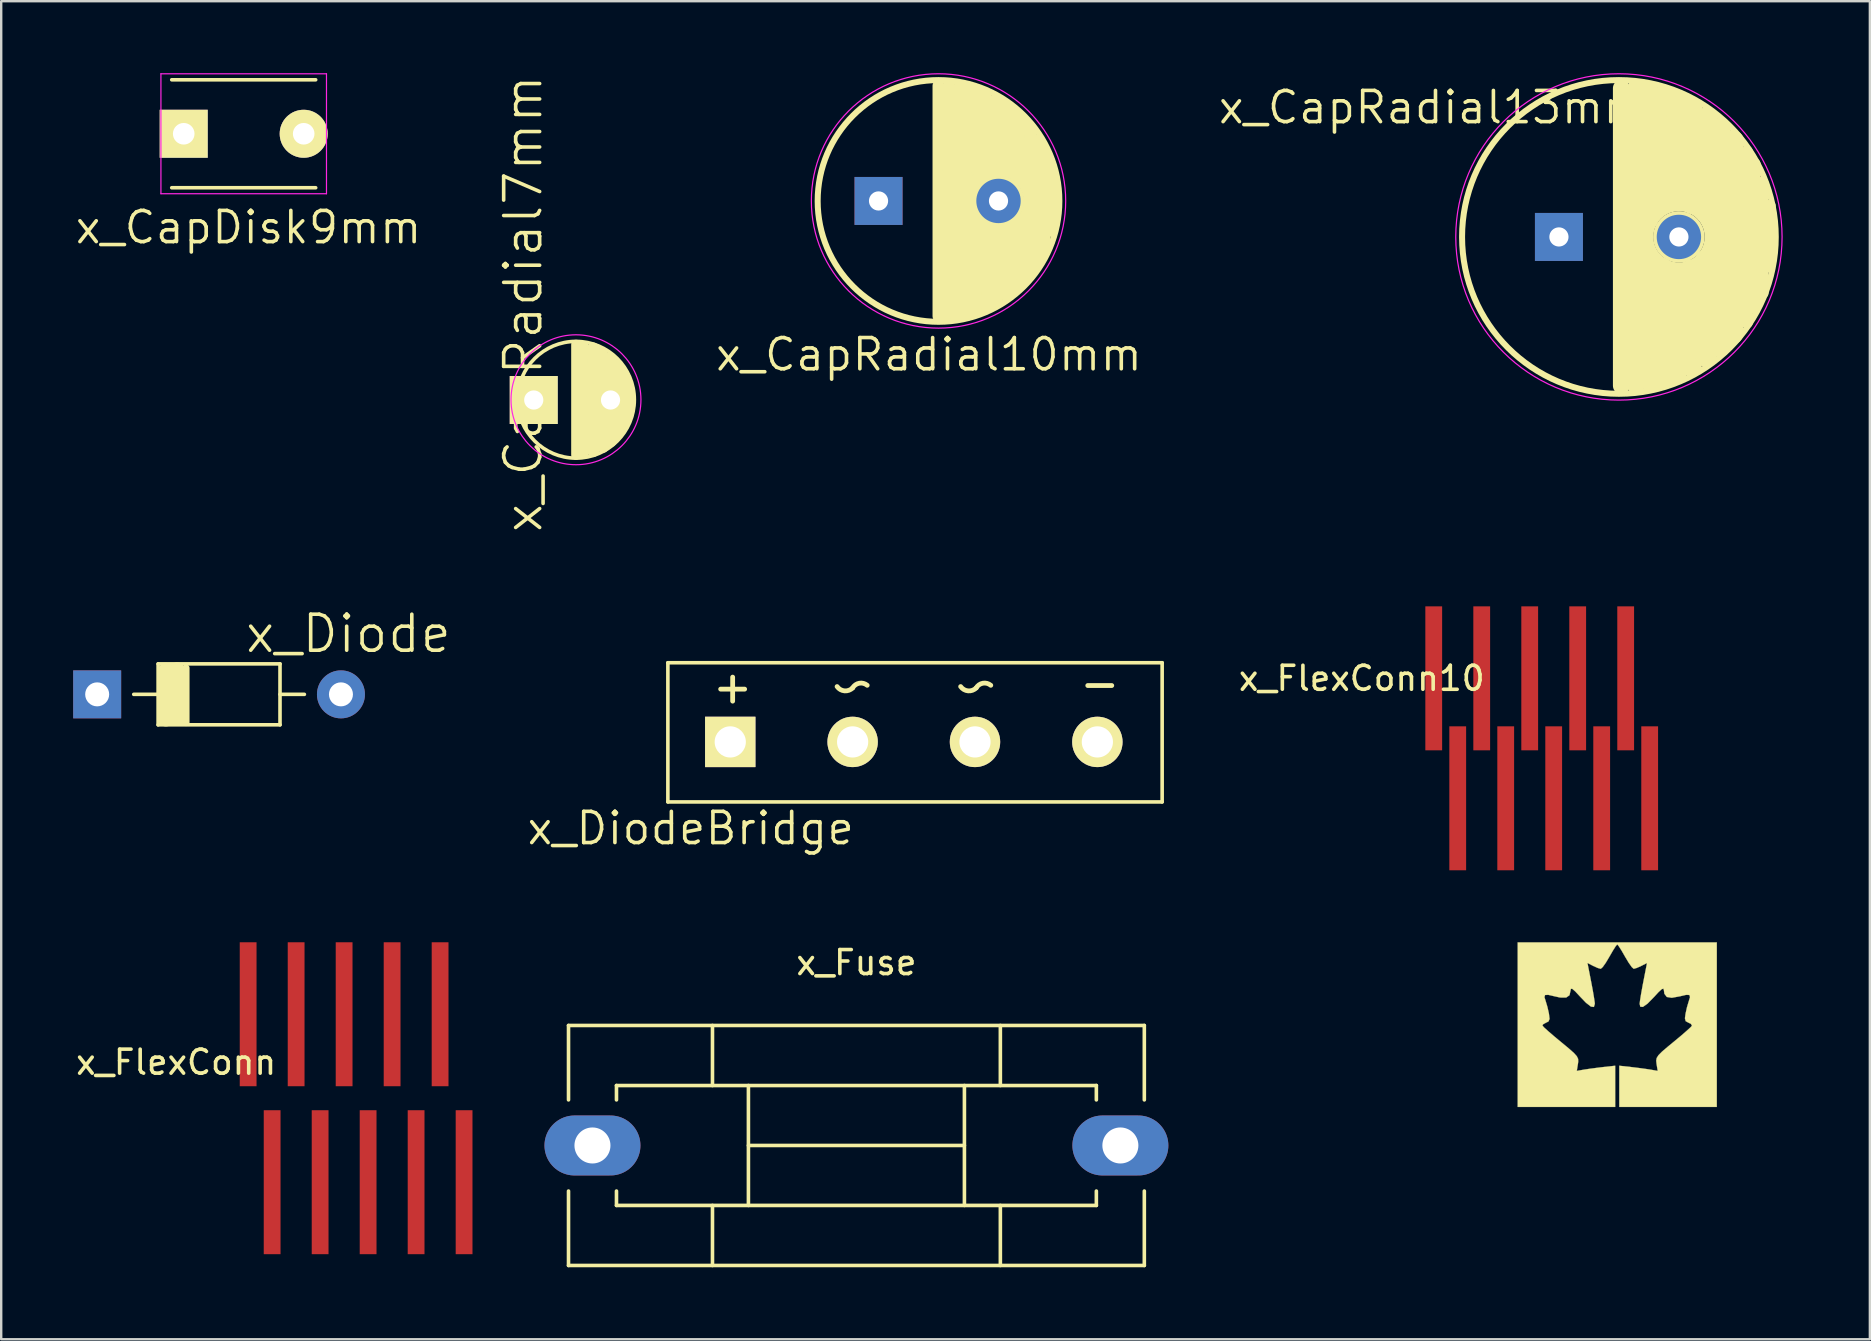
<source format=kicad_pcb>
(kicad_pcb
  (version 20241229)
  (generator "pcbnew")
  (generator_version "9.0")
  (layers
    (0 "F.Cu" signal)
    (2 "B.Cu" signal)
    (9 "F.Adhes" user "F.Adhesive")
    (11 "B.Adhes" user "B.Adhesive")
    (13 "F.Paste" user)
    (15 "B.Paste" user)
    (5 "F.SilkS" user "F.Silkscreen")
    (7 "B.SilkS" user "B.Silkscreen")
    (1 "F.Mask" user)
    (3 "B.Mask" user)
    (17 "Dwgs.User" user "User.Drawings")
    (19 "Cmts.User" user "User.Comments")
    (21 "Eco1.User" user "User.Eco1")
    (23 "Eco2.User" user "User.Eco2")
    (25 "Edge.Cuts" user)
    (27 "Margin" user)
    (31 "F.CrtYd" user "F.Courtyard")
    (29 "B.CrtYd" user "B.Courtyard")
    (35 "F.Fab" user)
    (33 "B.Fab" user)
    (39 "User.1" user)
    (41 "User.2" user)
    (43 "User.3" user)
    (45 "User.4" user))
  (footprint "x_CapRadial7mm"
    (layer "F.Cu")
    (at 19.955 13.611)
    (property "Reference" "x_CapRadial7mm" (at -1.2 -4 90) (layer "F.SilkS") (effects (font (size 1.5 1.5) (thickness 0.15))))
    (attr through_hole)
    (fp_line (start 1 -2.3) (end 1 2.3) (stroke (width 0.4) (type solid)) (layer "F.SilkS"))
    (fp_line (start 1.3 -2.2) (end 1.3 2.2) (stroke (width 0.5) (type solid)) (layer "F.SilkS"))
    (fp_line (start 1.717 -2.134) (end 1.722 2.134) (stroke (width 0.5) (type solid)) (layer "F.SilkS"))
    (fp_line (start 2.083 -1.935) (end 2.083 -0.813) (stroke (width 0.5) (type solid)) (layer "F.SilkS"))
    (fp_line (start 2.129 0.808) (end 2.123 1.961) (stroke (width 0.5) (type solid)) (layer "F.SilkS"))
    (fp_line (start 2.418 -1.727) (end 2.449 -1.036) (stroke (width 0.5) (type solid)) (layer "F.SilkS"))
    (fp_line (start 2.545 1.031) (end 2.443 1.722) (stroke (width 0.5) (type solid)) (layer "F.SilkS"))
    (fp_line (start 2.637 1.448) (end 3.17 0.564) (stroke (width 0.5) (type solid)) (layer "F.SilkS"))
    (fp_line (start 2.703 -1.438) (end 3.15 -0.533) (stroke (width 0.5) (type solid)) (layer "F.SilkS"))
    (fp_circle (center 1 0) (end 1.4 -2.4) (stroke (width 0.15) (type solid)) (fill no) (layer "F.SilkS"))
    (fp_circle (center 2.449 0.014) (end 2.249 -0.686) (stroke (width 0.5) (type solid)) (fill no) (layer "F.SilkS"))
    (fp_circle (center 1 0) (end 1.2 -2.7) (stroke (width 0.05) (type solid)) (fill no) (layer "F.CrtYd"))
    (pad "1" thru_hole rect (at -0.76 0.01) (size 2 2) (drill 0.8) (layers "*.Cu" "*.Mask" "F.SilkS"))
    (pad "2" thru_hole circle (at 2.44 0.01) (size 2 2) (drill 0.8) (layers "*.Cu" "*.Mask" "F.SilkS")))
  (footprint "x_DiodeBridge"
    (layer "F.Cu")
    (at 35.535 22.471)
    (property "Reference" "x_DiodeBridge" (at -9.8 9 0) (layer "F.SilkS") (effects (font (size 1.3 1.3) (thickness 0.15))))
    (attr through_hole)
    (fp_line (start -10.75 2.1) (end 9.85 2.1) (stroke (width 0.15) (type solid)) (layer "F.SilkS"))
    (fp_line (start -10.75 7.9) (end -10.75 2.1) (stroke (width 0.15) (type solid)) (layer "F.SilkS"))
    (fp_line (start -8.55 3.2) (end -7.55 3.2) (stroke (width 0.2) (type solid)) (layer "F.SilkS"))
    (fp_line (start -8.05 2.7) (end -8.05 3.7) (stroke (width 0.2) (type solid)) (layer "F.SilkS"))
    (fp_line (start 6.75 3.05) (end 7.75 3.05) (stroke (width 0.2) (type solid)) (layer "F.SilkS"))
    (fp_line (start 9.85 2.1) (end 9.85 7.9) (stroke (width 0.15) (type solid)) (layer "F.SilkS"))
    (fp_line (start 9.85 7.9) (end -10.75 7.9) (stroke (width 0.15) (type solid)) (layer "F.SilkS"))
    (fp_arc (start -3.05 3.15) (mid -3.386977 3.27265) (end -3.697537 3.093348) (stroke (width 0.2) (type solid)) (layer "F.SilkS"))
    (fp_arc (start -3.05 3.15) (mid -2.771767 2.953327) (end -2.442262 3.040047) (stroke (width 0.2) (type solid)) (layer "F.SilkS"))
    (fp_arc (start 2.1 3.15) (mid 1.763023 3.27265) (end 1.452463 3.093348) (stroke (width 0.2) (type solid)) (layer "F.SilkS"))
    (fp_arc (start 2.1 3.15) (mid 2.378233 2.953327) (end 2.707738 3.040047) (stroke (width 0.2) (type solid)) (layer "F.SilkS"))
    (pad "1" thru_hole rect (at -8.15 5.4) (size 2.1 2.1) (drill 1.3) (layers "*.Cu" "*.Mask" "F.SilkS"))
    (pad "2" thru_hole circle (at 2.05 5.4) (size 2.1 2.1) (drill 1.3) (layers "*.Cu" "*.Mask" "F.SilkS"))
    (pad "3" thru_hole circle (at -3.05 5.4) (size 2.1 2.1) (drill 1.3) (layers "*.Cu" "*.Mask" "F.SilkS"))
    (pad "4" thru_hole circle (at 7.15 5.4) (size 2.1 2.1) (drill 1.3) (layers "*.Cu" "*.Mask" "F.SilkS")))
  (footprint "x_CapRadial10mm"
    (layer "F.Cu")
    (at 33.565 5.325)
    (property "Reference" "x_CapRadial10mm" (at 2.1 6.4 0) (layer "F.SilkS") (effects (font (size 1.3 1.3) (thickness 0.15))))
    (attr through_hole)
    (fp_line (start 2.5 -4.8) (end 2.5 4.8) (stroke (width 0.5) (type solid)) (layer "F.SilkS"))
    (fp_line (start 2.936 -4.8) (end 2.916 4.806) (stroke (width 0.5) (type solid)) (layer "F.SilkS"))
    (fp_line (start 3.358 -4.724) (end 3.358 4.76) (stroke (width 0.5) (type solid)) (layer "F.SilkS"))
    (fp_line (start 3.764 -4.694) (end 3.774 4.658) (stroke (width 0.5) (type solid)) (layer "F.SilkS"))
    (fp_line (start 4.094 -4.542) (end 4.094 -1.275) (stroke (width 0.5) (type solid)) (layer "F.SilkS"))
    (fp_line (start 4.166 1.26) (end 4.166 4.526) (stroke (width 0.5) (type solid)) (layer "F.SilkS"))
    (fp_line (start 4.47 -4.389) (end 4.47 -1.514) (stroke (width 0.5) (type solid)) (layer "F.SilkS"))
    (fp_line (start 4.547 1.199) (end 4.542 4.409) (stroke (width 0.5) (type solid)) (layer "F.SilkS"))
    (fp_line (start 4.867 -4.206) (end 4.867 -1.331) (stroke (width 0.5) (type solid)) (layer "F.SilkS"))
    (fp_line (start 4.928 1.478) (end 4.928 4.206) (stroke (width 0.5) (type solid)) (layer "F.SilkS"))
    (fp_line (start 5.237 -3.998) (end 5.243 -1.367) (stroke (width 0.5) (type solid)) (layer "F.SilkS"))
    (fp_line (start 5.319 1.209) (end 5.319 3.937) (stroke (width 0.5) (type solid)) (layer "F.SilkS"))
    (fp_line (start 5.634 -3.734) (end 5.629 -1.275) (stroke (width 0.5) (type solid)) (layer "F.SilkS"))
    (fp_line (start 5.695 0.965) (end 5.695 3.693) (stroke (width 0.5) (type solid)) (layer "F.SilkS"))
    (fp_line (start 5.964 -3.388) (end 5.959 -0.93) (stroke (width 0.5) (type solid)) (layer "F.SilkS"))
    (fp_line (start 5.989 0.848) (end 5.999 3.393) (stroke (width 0.5) (type solid)) (layer "F.SilkS"))
    (fp_line (start 6.32 -3.048) (end 6.33 3.028) (stroke (width 0.5) (type solid)) (layer "F.SilkS"))
    (fp_line (start 6.65 -2.53) (end 6.609 2.596) (stroke (width 0.5) (type solid)) (layer "F.SilkS"))
    (fp_line (start 6.924 -1.961) (end 6.924 2.057) (stroke (width 0.5) (type solid)) (layer "F.SilkS"))
    (fp_line (start 7.178 -1.336) (end 7.203 1.24) (stroke (width 0.5) (type solid)) (layer "F.SilkS"))
    (fp_circle (center 2.5 0) (end 2.5 -5.037) (stroke (width 0.25) (type solid)) (fill no) (layer "F.SilkS"))
    (fp_circle (center 5 0) (end 5 -1) (stroke (width 0.15) (type solid)) (fill no) (layer "F.SilkS"))
    (fp_circle (center 5.009 -0.005) (end 5.314 -1.25) (stroke (width 0.5) (type solid)) (fill no) (layer "F.SilkS"))
    (fp_circle (center 2.5 0) (end 2.5 -5.3) (stroke (width 0.05) (type solid)) (fill no) (layer "F.CrtYd"))
    (pad "1" thru_hole rect (at 0 0) (size 2 2) (drill 0.8) (layers "*.Cu" "*.Mask"))
    (pad "2" thru_hole circle (at 5 0) (size 2 2) (drill 0.8) (layers "*.Cu" "*.Mask")))
  (footprint "x_FlexConn10"
    (layer "F.Cu")
    (at 56.704 24.221)
    (property "Reference" "x_FlexConn10" (at -3 1 0) (layer "F.SilkS") (effects (font (size 1 1) (thickness 0.15))))
    (attr through_hole)
    (pad "1" smd rect (at 0 1) (size 0.7 6) (layers "F.Cu" "F.Mask" "F.Paste"))
    (pad "2" smd rect (at 1 6) (size 0.7 6) (layers "F.Cu" "F.Mask" "F.Paste"))
    (pad "3" smd rect (at 2 1) (size 0.7 6) (layers "F.Cu" "F.Mask" "F.Paste"))
    (pad "4" smd rect (at 3 6) (size 0.7 6) (layers "F.Cu" "F.Mask" "F.Paste"))
    (pad "5" smd rect (at 4 1) (size 0.7 6) (layers "F.Cu" "F.Mask" "F.Paste"))
    (pad "6" smd rect (at 5 6) (size 0.7 6) (layers "F.Cu" "F.Mask" "F.Paste"))
    (pad "7" smd rect (at 6 1) (size 0.7 6) (layers "F.Cu" "F.Mask" "F.Paste"))
    (pad "8" smd rect (at 7 6) (size 0.7 6) (layers "F.Cu" "F.Mask" "F.Paste"))
    (pad "9" smd rect (at 8 1) (size 0.7 6) (layers "F.Cu" "F.Mask" "F.Paste"))
    (pad "10" smd rect (at 9 6) (size 0.7 6) (layers "F.Cu" "F.Mask" "F.Paste")))
  (footprint "x_Diode"
    (layer "F.Cu")
    (at 1 25.892)
    (property "Reference" "x_Diode" (at 10.47 -2.53 180) (layer "F.SilkS") (effects (font (size 1.5 1.5) (thickness 0.15))))
    (attr through_hole)
    (fp_line (start 2.54 -1.273) (end 7.62 -1.273) (stroke (width 0.15) (type solid)) (layer "F.SilkS"))
    (fp_line (start 2.54 1.267) (end 2.54 -1.273) (stroke (width 0.15) (type solid)) (layer "F.SilkS"))
    (fp_line (start 2.794 -0.003) (end 1.524 -0.003) (stroke (width 0.15) (type solid)) (layer "F.SilkS"))
    (fp_line (start 2.865 -0.991) (end 2.865 1.009) (stroke (width 0.65) (type solid)) (layer "F.SilkS"))
    (fp_line (start 3.332 -1.011) (end 3.332 0.989) (stroke (width 0.65) (type solid)) (layer "F.SilkS"))
    (fp_line (start 3.7 -1.1) (end 3.7 1.17) (stroke (width 0.3) (type solid)) (layer "F.SilkS"))
    (fp_line (start 7.62 -1.273) (end 7.62 1.267) (stroke (width 0.15) (type solid)) (layer "F.SilkS"))
    (fp_line (start 7.62 -0.003) (end 8.636 -0.003) (stroke (width 0.15) (type solid)) (layer "F.SilkS"))
    (fp_line (start 7.62 1.267) (end 2.54 1.267) (stroke (width 0.15) (type solid)) (layer "F.SilkS"))
    (pad "1" thru_hole rect (at 0 -0.003 180) (size 2 1.999) (drill 1) (layers "*.Cu" "*.Mask"))
    (pad "2" thru_hole circle (at 10.16 -0.003 180) (size 2 2) (drill 1) (layers "*.Cu" "*.Mask")))
  (footprint "x_CapDisk9mm"
    (layer "F.Cu")
    (at 4.607 2.525)
    (property "Reference" "x_CapDisk9mm" (at 2.7 3.9 180) (layer "F.SilkS") (effects (font (size 1.3 1.3) (thickness 0.15))))
    (attr through_hole)
    (fp_line (start -0.5 -2.25) (end 5.5 -2.25) (stroke (width 0.15) (type solid)) (layer "F.SilkS"))
    (fp_line (start 5.5 2.25) (end -0.5 2.25) (stroke (width 0.15) (type solid)) (layer "F.SilkS"))
    (fp_line (start -0.95 -2.5) (end 5.95 -2.5) (stroke (width 0.05) (type solid)) (layer "F.CrtYd"))
    (fp_line (start -0.95 2.5) (end -0.95 -2.5) (stroke (width 0.05) (type solid)) (layer "F.CrtYd"))
    (fp_line (start 5.95 -2.5) (end 5.95 2.5) (stroke (width 0.05) (type solid)) (layer "F.CrtYd"))
    (fp_line (start 5.95 2.5) (end -0.95 2.5) (stroke (width 0.05) (type solid)) (layer "F.CrtYd"))
    (pad "1" thru_hole rect (at 0 0) (size 2 2) (drill 0.9) (layers "*.Cu" "*.Mask" "F.SilkS"))
    (pad "2" thru_hole circle (at 5 0) (size 2 2) (drill 0.9) (layers "*.Cu" "*.Mask" "F.SilkS")))
  (footprint "x_CapRadial13mm"
    (layer "F.Cu")
    (at 61.922 6.825)
    (property "Reference" "x_CapRadial13mm" (at -5.3 -5.4 0) (layer "F.SilkS") (effects (font (size 1.3 1.3) (thickness 0.15))))
    (attr through_hole)
    (fp_line (start 2.6 -6.2) (end 2.6 6.2) (stroke (width 0.7) (type solid)) (layer "F.SilkS"))
    (fp_line (start 3.2 -6.2) (end 3.2 6.2) (stroke (width 0.7) (type solid)) (layer "F.SilkS"))
    (fp_line (start 3.719 0.853) (end 3.719 6.055) (stroke (width 0.7) (type solid)) (layer "F.SilkS"))
    (fp_line (start 3.769 -6.142) (end 3.774 -0.686) (stroke (width 0.7) (type solid)) (layer "F.SilkS"))
    (fp_line (start 4.288 1.311) (end 4.277 5.908) (stroke (width 0.9) (type solid)) (layer "F.SilkS"))
    (fp_line (start 4.338 -5.847) (end 4.338 -1.438) (stroke (width 0.9) (type solid)) (layer "F.SilkS"))
    (fp_line (start 4.872 1.671) (end 4.872 5.644) (stroke (width 0.9) (type solid)) (layer "F.SilkS"))
    (fp_line (start 4.933 -5.644) (end 4.923 -1.554) (stroke (width 0.9) (type solid)) (layer "F.SilkS"))
    (fp_line (start 5.502 1.392) (end 5.502 5.364) (stroke (width 0.9) (type solid)) (layer "F.SilkS"))
    (fp_line (start 5.537 -5.38) (end 5.537 -1.407) (stroke (width 0.9) (type solid)) (layer "F.SilkS"))
    (fp_line (start 6.116 0.991) (end 6.116 4.963) (stroke (width 0.9) (type solid)) (layer "F.SilkS"))
    (fp_line (start 6.177 -4.968) (end 6.177 -0.996) (stroke (width 0.9) (type solid)) (layer "F.SilkS"))
    (fp_line (start 6.69 -4.481) (end 6.69 4.547) (stroke (width 0.9) (type solid)) (layer "F.SilkS"))
    (fp_line (start 7.254 -3.998) (end 7.229 4.028) (stroke (width 0.9) (type solid)) (layer "F.SilkS"))
    (fp_line (start 7.833 -3.546) (end 7.833 3.561) (stroke (width 0.5) (type solid)) (layer "F.SilkS"))
    (fp_line (start 8.153 -3.038) (end 8.153 2.962) (stroke (width 0.5) (type solid)) (layer "F.SilkS"))
    (fp_line (start 8.473 -2.261) (end 8.489 2.332) (stroke (width 0.5) (type solid)) (layer "F.SilkS"))
    (fp_line (start 8.783 -1.295) (end 8.753 1.234) (stroke (width 0.5) (type solid)) (layer "F.SilkS"))
    (fp_circle (center 2.5 0) (end 2.5 -6.537) (stroke (width 0.25) (type solid)) (fill no) (layer "F.SilkS"))
    (fp_circle (center 5 0) (end 5 -1) (stroke (width 0.15) (type solid)) (fill no) (layer "F.SilkS"))
    (fp_circle (center 5.004 -0.004) (end 5.212 -1.304) (stroke (width 0.5) (type solid)) (fill no) (layer "F.SilkS"))
    (fp_circle (center 2.5 0) (end 2.5 -6.8) (stroke (width 0.05) (type solid)) (fill no) (layer "F.CrtYd"))
    (pad "1" thru_hole rect (at 0 0) (size 2 2) (drill 0.8) (layers "*.Cu" "*.Mask"))
    (pad "2" thru_hole circle (at 5 0) (size 2 2) (drill 0.8) (layers "*.Cu" "*.Mask")))
  (footprint "x_Fuse"
    (layer "F.Cu")
    (at 32.643 44.69)
    (property "Reference" "x_Fuse" (at 0 -7.62 0) (layer "F.SilkS") (effects (font (size 1 1) (thickness 0.15))))
    (attr through_hole)
    (fp_line (start -11.999 -5.001) (end -11.999 -1.9) (stroke (width 0.15) (type solid)) (layer "F.SilkS"))
    (fp_line (start -11.999 1.9) (end -11.999 5.001) (stroke (width 0.15) (type solid)) (layer "F.SilkS"))
    (fp_line (start -11.999 5.001) (end 11.999 5.001) (stroke (width 0.15) (type solid)) (layer "F.SilkS"))
    (fp_line (start -10 -2.499) (end -10 -1.9) (stroke (width 0.15) (type solid)) (layer "F.SilkS"))
    (fp_line (start -10 1.9) (end -10 2.499) (stroke (width 0.15) (type solid)) (layer "F.SilkS"))
    (fp_line (start -10 2.499) (end 10 2.499) (stroke (width 0.15) (type solid)) (layer "F.SilkS"))
    (fp_line (start -5.999 -2.499) (end -5.999 -5.001) (stroke (width 0.15) (type solid)) (layer "F.SilkS"))
    (fp_line (start -5.999 5.001) (end -5.999 2.499) (stroke (width 0.15) (type solid)) (layer "F.SilkS"))
    (fp_line (start -4.501 -2.499) (end -4.501 2.499) (stroke (width 0.15) (type solid)) (layer "F.SilkS"))
    (fp_line (start -4.501 0) (end 4.501 0) (stroke (width 0.15) (type solid)) (layer "F.SilkS"))
    (fp_line (start 4.501 -2.499) (end 4.501 2.499) (stroke (width 0.15) (type solid)) (layer "F.SilkS"))
    (fp_line (start 5.999 -5.001) (end 5.999 -2.499) (stroke (width 0.15) (type solid)) (layer "F.SilkS"))
    (fp_line (start 5.999 5.001) (end 5.999 2.499) (stroke (width 0.15) (type solid)) (layer "F.SilkS"))
    (fp_line (start 10 -2.499) (end -10 -2.499) (stroke (width 0.15) (type solid)) (layer "F.SilkS"))
    (fp_line (start 10 -1.9) (end 10 -2.499) (stroke (width 0.15) (type solid)) (layer "F.SilkS"))
    (fp_line (start 10 2.499) (end 10 1.9) (stroke (width 0.15) (type solid)) (layer "F.SilkS"))
    (fp_line (start 11.999 -5.001) (end -11.999 -5.001) (stroke (width 0.15) (type solid)) (layer "F.SilkS"))
    (fp_line (start 11.999 -1.9) (end 11.999 -5.001) (stroke (width 0.15) (type solid)) (layer "F.SilkS"))
    (fp_line (start 11.999 5.001) (end 11.999 1.9) (stroke (width 0.15) (type solid)) (layer "F.SilkS"))
    (pad "1" thru_hole oval (at -11.001 0 270) (size 2.499 4) (drill 1.501) (layers "*.Cu" "*.Mask"))
    (pad "2" thru_hole oval (at 11.001 0 270) (size 2.499 4) (drill 1.501) (layers "*.Cu" "*.Mask")))
  (footprint "x_gx_CanadaMaple2"
    (layer "F.Cu")
    (at 64.352 39.528)
    (property "Reference" "x_gx_CanadaMaple2" (at -4.09 1.09 0) (layer "Eco1.User") (effects (font (size 1.524 1.524) (thickness 0.3))))
    (attr through_hole)
    (fp_poly (pts (xy 4.149 3.556) (xy 0.085 3.556) (xy 0.085 1.839) (xy 0.572 1.892) (xy 0.908 1.933) (xy 1.229 1.977) (xy 1.372 1.999) (xy 1.686 2.053) (xy 1.638 1.759) (xy 1.624 1.628) (xy 1.643 1.518) (xy 1.717 1.401) (xy 1.867 1.25) (xy 2.114 1.039) (xy 2.341 0.852) (xy 2.641 0.603) (xy 2.888 0.389) (xy 3.056 0.236) (xy 3.116 0.169) (xy 3.068 0.092) (xy 2.965 0.043) (xy 2.852 -0.019) (xy 2.821 -0.139) (xy 2.846 -0.324) (xy 2.904 -0.591) (xy 2.971 -0.819) (xy 2.975 -0.831) (xy 3.033 -1.02) (xy 3.008 -1.11) (xy 2.874 -1.116) (xy 2.608 -1.054) (xy 2.273 -0.993) (xy 2.065 -1.027) (xy 1.963 -1.163) (xy 1.945 -1.302) (xy 1.925 -1.375) (xy 1.855 -1.353) (xy 1.715 -1.224) (xy 1.542 -1.035) (xy 1.264 -0.751) (xy 1.07 -0.613) (xy 0.961 -0.621) (xy 0.934 -0.741) (xy 0.951 -0.886) (xy 0.994 -1.152) (xy 1.055 -1.491) (xy 1.089 -1.667) (xy 1.241 -2.444) (xy 1.005 -2.323) (xy 0.814 -2.237) (xy 0.687 -2.201) (xy 0.608 -2.27) (xy 0.479 -2.451) (xy 0.328 -2.704) (xy 0.325 -2.709) (xy 0.179 -2.963) (xy 0.063 -3.145) (xy 0.001 -3.217) (xy 0 -3.217) (xy -0.06 -3.149) (xy -0.175 -2.969) (xy -0.321 -2.717) (xy -0.325 -2.709) (xy -0.476 -2.455) (xy -0.606 -2.272) (xy -0.686 -2.201) (xy -0.687 -2.201) (xy -0.816 -2.237) (xy -1.005 -2.323) (xy -1.241 -2.444) (xy -1.089 -1.667) (xy -1.021 -1.309) (xy -0.969 -1.002) (xy -0.938 -0.793) (xy -0.934 -0.741) (xy -0.973 -0.61) (xy -1.096 -0.625) (xy -1.304 -0.787) (xy -1.542 -1.035) (xy -1.751 -1.26) (xy -1.875 -1.367) (xy -1.932 -1.367) (xy -1.945 -1.302) (xy -1.99 -1.099) (xy -2.13 -1.002) (xy -2.385 -1.005) (xy -2.608 -1.054) (xy -2.876 -1.116) (xy -3.009 -1.109) (xy -3.033 -1.019) (xy -2.975 -0.831) (xy -2.91 -0.611) (xy -2.849 -0.343) (xy -2.846 -0.324) (xy -2.821 -0.112) (xy -2.865 -0.006) (xy -2.965 0.043) (xy -3.094 0.114) (xy -3.116 0.169) (xy -3.044 0.248) (xy -2.867 0.408) (xy -2.613 0.626) (xy -2.341 0.852) (xy -2.018 1.119) (xy -1.806 1.307) (xy -1.684 1.443) (xy -1.631 1.554) (xy -1.626 1.669) (xy -1.638 1.759) (xy -1.686 2.053) (xy -1.372 1.999) (xy -1.104 1.959) (xy -0.764 1.915) (xy -0.572 1.892) (xy -0.085 1.839) (xy -0.085 3.556) (xy -4.149 3.556) (xy -4.149 -3.302) (xy 4.149 -3.302) (xy 4.149 3.556)) (stroke (width 0.01) (type solid)) (fill yes) (layer "F.SilkS")))
  (footprint "x_FlexConn"
    (layer "F.Cu")
    (at 7.292 40.221)
    (property "Reference" "x_FlexConn" (at -3 1 0) (layer "F.SilkS") (effects (font (size 1 1) (thickness 0.15))))
    (attr through_hole)
    (pad "1" smd rect (at 0 -1) (size 0.7 6) (layers "F.Cu" "F.Mask" "F.Paste"))
    (pad "2" smd rect (at 1 6) (size 0.7 6) (layers "F.Cu" "F.Mask" "F.Paste"))
    (pad "3" smd rect (at 2 -1) (size 0.7 6) (layers "F.Cu" "F.Mask" "F.Paste"))
    (pad "4" smd rect (at 3 6) (size 0.7 6) (layers "F.Cu" "F.Mask" "F.Paste"))
    (pad "5" smd rect (at 4 -1) (size 0.7 6) (layers "F.Cu" "F.Mask" "F.Paste"))
    (pad "6" smd rect (at 5 6) (size 0.7 6) (layers "F.Cu" "F.Mask" "F.Paste"))
    (pad "7" smd rect (at 6 -1) (size 0.7 6) (layers "F.Cu" "F.Mask" "F.Paste"))
    (pad "8" smd rect (at 7 6) (size 0.7 6) (layers "F.Cu" "F.Mask" "F.Paste"))
    (pad "9" smd rect (at 8 -1) (size 0.7 6) (layers "F.Cu" "F.Mask" "F.Paste"))
    (pad "10" smd rect (at 9 6) (size 0.7 6) (layers "F.Cu" "F.Mask" "F.Paste")))
  (gr_rect
    (start -3 -3)
    (end 74.881 52.766)
    (stroke (width 0.1) (type default))
    (fill no)
    (layer "Edge.Cuts")))
</source>
